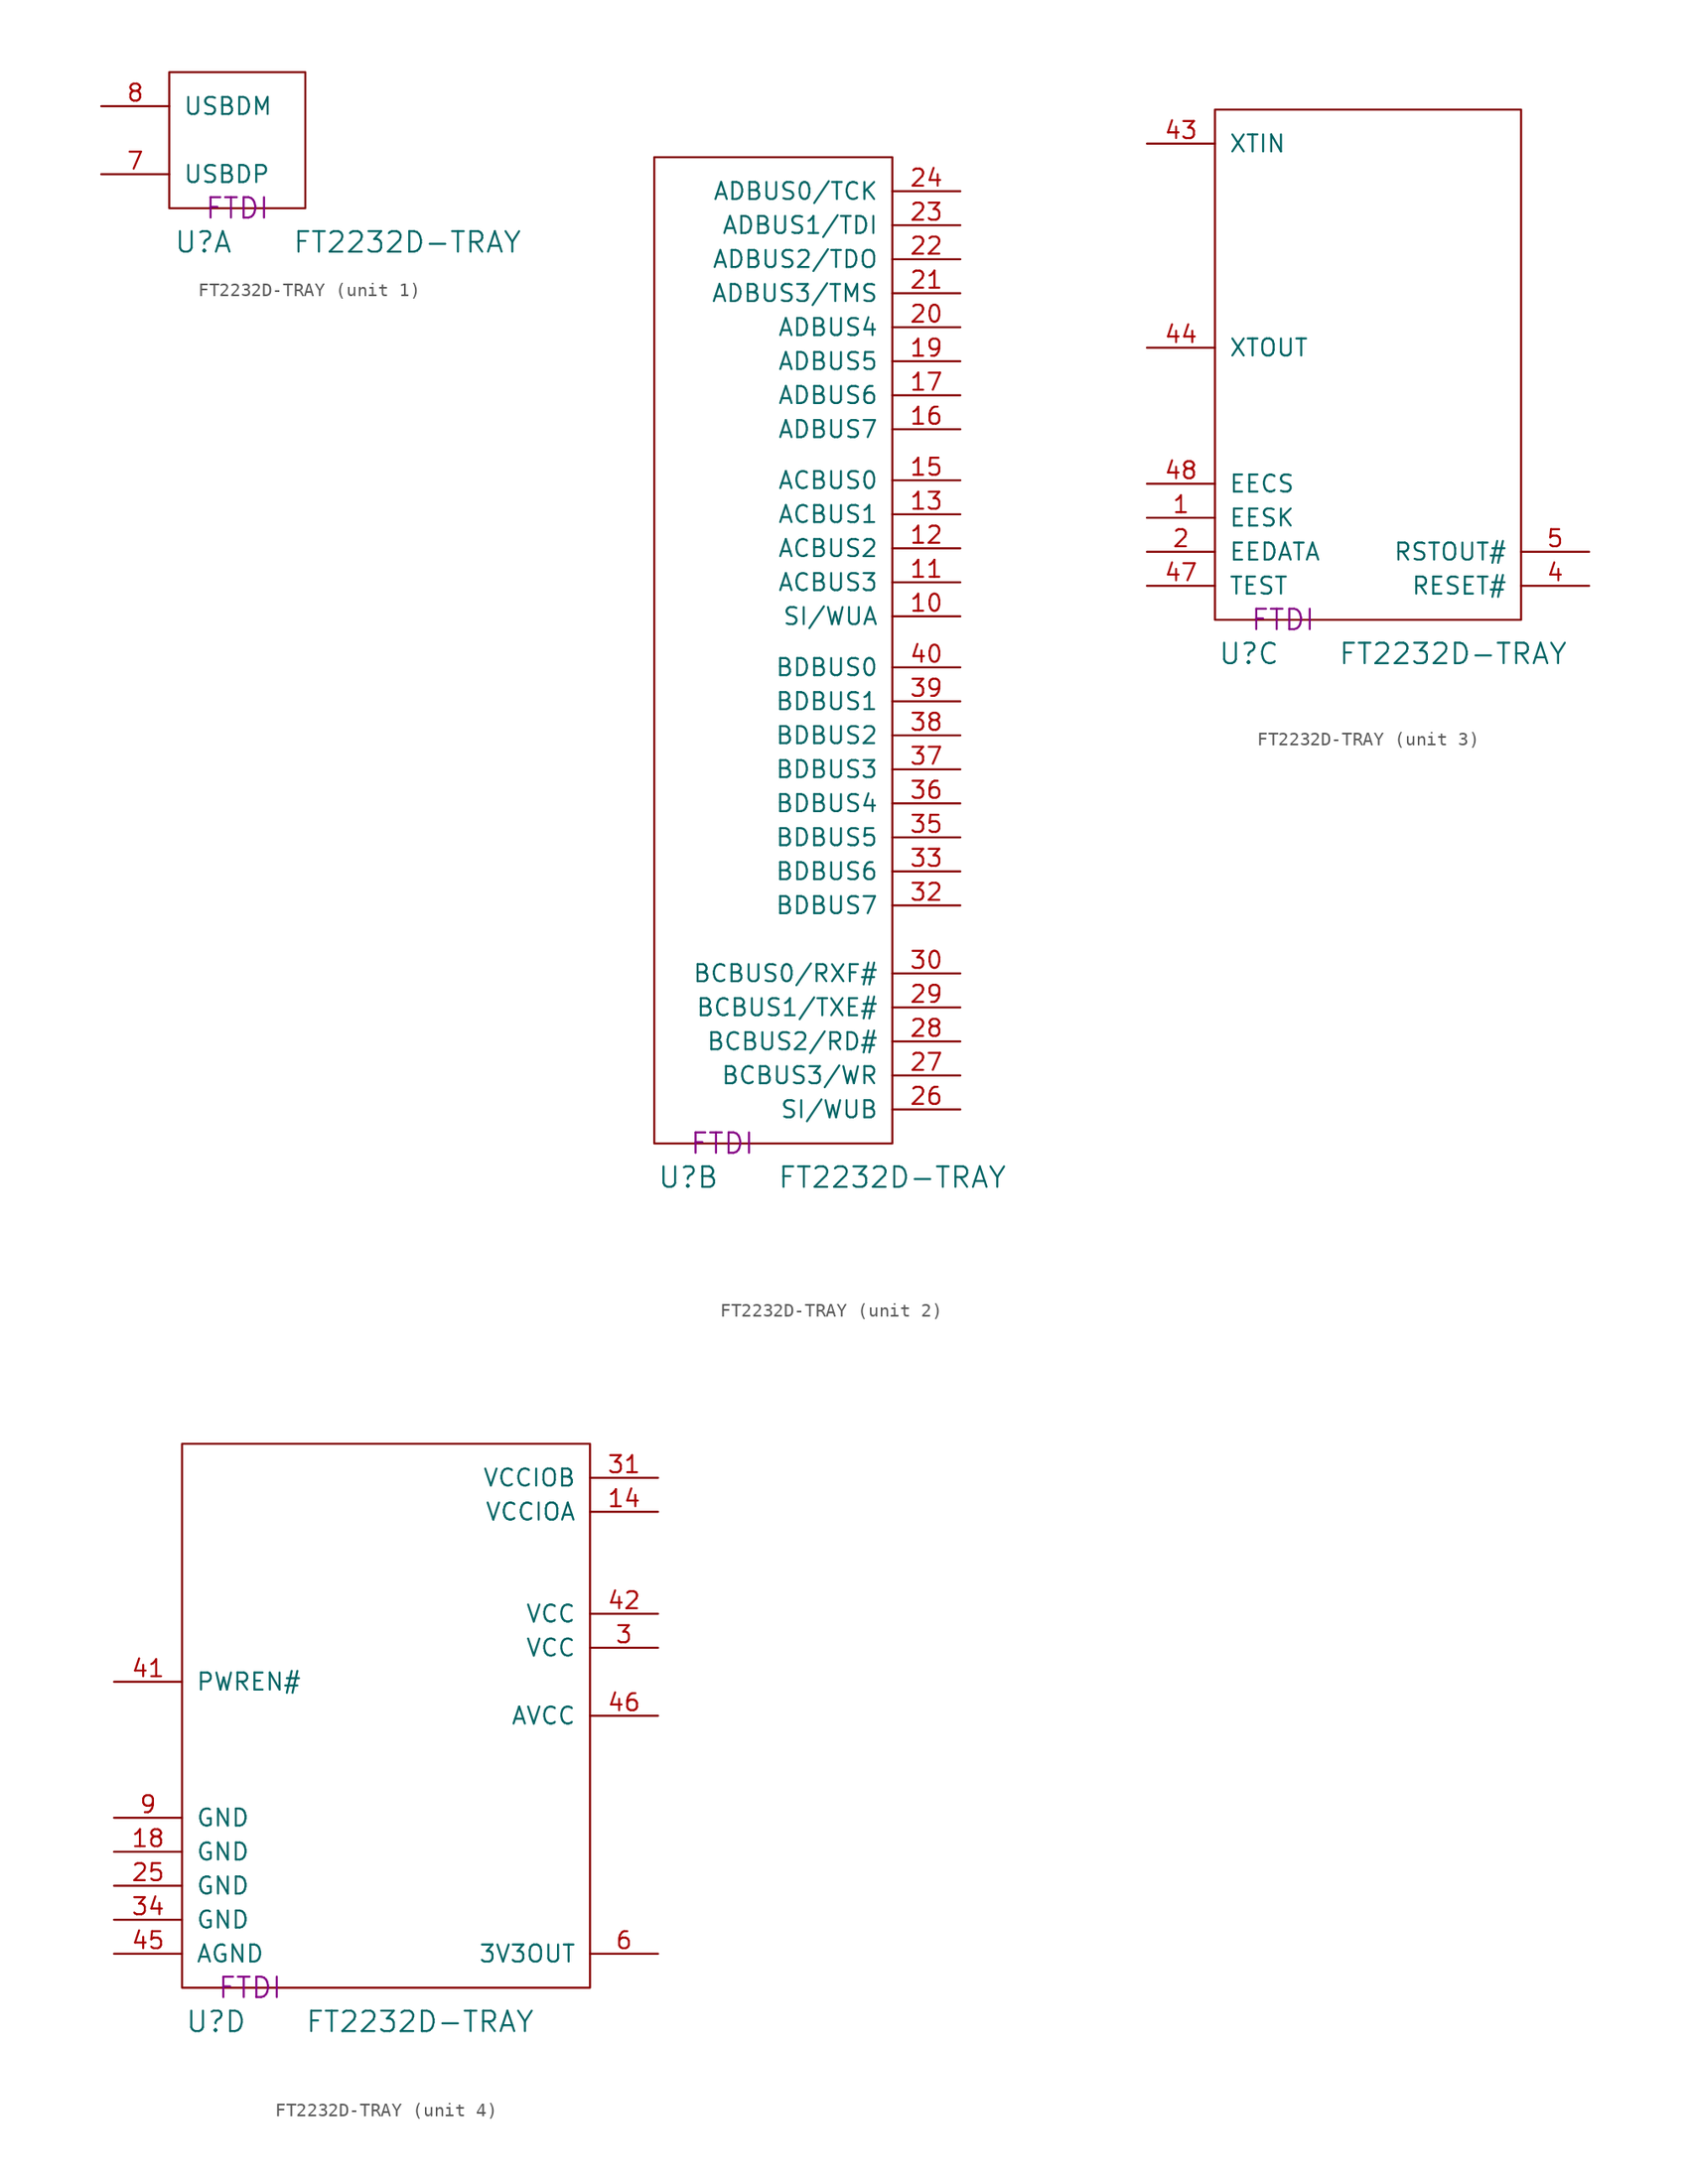
<source format=kicad_sym>
(kicad_symbol_lib
  (version 20220914)
  (generator kicad_symbol_editor)
  (symbol "FT2232D-TRAY"
    (pin_names
      (offset 1.016))
    (property "Reference" "U"
      (at 2.54 -2.54 0)
      (effects (font (size 1.524 1.524))))
    (property "Value" "FT2232D-TRAY"
      (at 17.78 -2.54 0)
      (effects (font (size 1.524 1.524))))
    (property "Manufacturer" "FTDI"
      (at 5.08 0 0)
      (effects (font (size 1.524 1.524))))
    (property "ki_locked" ""
      (at 0 0 0)
      (effects (font (size 1.27 1.27))))
    (symbol "FT2232D-TRAY_1_1"
      (rectangle (start 10.16 10.16) (end 0 0) (stroke (width 0) (type solid)) (fill (type none)))
      (pin bidirectional line (at -5.08 2.54 0) (length 5.08) (name "USBDP" (effects (font (size 1.27 1.27)))) (number "7" (effects (font (size 1.27 1.27)))))
      (pin bidirectional line (at -5.08 7.62 0) (length 5.08) (name "USBDM" (effects (font (size 1.27 1.27)))) (number "8" (effects (font (size 1.27 1.27))))))
    (symbol "FT2232D-TRAY_2_1"
      (rectangle (start 0 0) (end 17.78 73.66) (stroke (width 0) (type solid)) (fill (type none)))
      (pin bidirectional line (at 22.86 39.37 180) (length 5.08) (name "SI/WUA" (effects (font (size 1.27 1.27)))) (number "10" (effects (font (size 1.27 1.27)))))
      (pin bidirectional line (at 22.86 41.91 180) (length 5.08) (name "ACBUS3" (effects (font (size 1.27 1.27)))) (number "11" (effects (font (size 1.27 1.27)))))
      (pin bidirectional line (at 22.86 44.45 180) (length 5.08) (name "ACBUS2" (effects (font (size 1.27 1.27)))) (number "12" (effects (font (size 1.27 1.27)))))
      (pin bidirectional line (at 22.86 46.99 180) (length 5.08) (name "ACBUS1" (effects (font (size 1.27 1.27)))) (number "13" (effects (font (size 1.27 1.27)))))
      (pin bidirectional line (at 22.86 49.53 180) (length 5.08) (name "ACBUS0" (effects (font (size 1.27 1.27)))) (number "15" (effects (font (size 1.27 1.27)))))
      (pin bidirectional line (at 22.86 53.34 180) (length 5.08) (name "ADBUS7" (effects (font (size 1.27 1.27)))) (number "16" (effects (font (size 1.27 1.27)))))
      (pin bidirectional line (at 22.86 55.88 180) (length 5.08) (name "ADBUS6" (effects (font (size 1.27 1.27)))) (number "17" (effects (font (size 1.27 1.27)))))
      (pin bidirectional line (at 22.86 58.42 180) (length 5.08) (name "ADBUS5" (effects (font (size 1.27 1.27)))) (number "19" (effects (font (size 1.27 1.27)))))
      (pin bidirectional line (at 22.86 60.96 180) (length 5.08) (name "ADBUS4" (effects (font (size 1.27 1.27)))) (number "20" (effects (font (size 1.27 1.27)))))
      (pin bidirectional line (at 22.86 63.5 180) (length 5.08) (name "ADBUS3/TMS" (effects (font (size 1.27 1.27)))) (number "21" (effects (font (size 1.27 1.27)))))
      (pin bidirectional line (at 22.86 66.04 180) (length 5.08) (name "ADBUS2/TDO" (effects (font (size 1.27 1.27)))) (number "22" (effects (font (size 1.27 1.27)))))
      (pin bidirectional line (at 22.86 68.58 180) (length 5.08) (name "ADBUS1/TDI" (effects (font (size 1.27 1.27)))) (number "23" (effects (font (size 1.27 1.27)))))
      (pin bidirectional line (at 22.86 71.12 180) (length 5.08) (name "ADBUS0/TCK" (effects (font (size 1.27 1.27)))) (number "24" (effects (font (size 1.27 1.27)))))
      (pin bidirectional line (at 22.86 2.54 180) (length 5.08) (name "SI/WUB" (effects (font (size 1.27 1.27)))) (number "26" (effects (font (size 1.27 1.27)))))
      (pin bidirectional line (at 22.86 5.08 180) (length 5.08) (name "BCBUS3/WR" (effects (font (size 1.27 1.27)))) (number "27" (effects (font (size 1.27 1.27)))))
      (pin bidirectional line (at 22.86 7.62 180) (length 5.08) (name "BCBUS2/RD#" (effects (font (size 1.27 1.27)))) (number "28" (effects (font (size 1.27 1.27)))))
      (pin bidirectional line (at 22.86 10.16 180) (length 5.08) (name "BCBUS1/TXE#" (effects (font (size 1.27 1.27)))) (number "29" (effects (font (size 1.27 1.27)))))
      (pin bidirectional line (at 22.86 12.7 180) (length 5.08) (name "BCBUS0/RXF#" (effects (font (size 1.27 1.27)))) (number "30" (effects (font (size 1.27 1.27)))))
      (pin bidirectional line (at 22.86 17.78 180) (length 5.08) (name "BDBUS7" (effects (font (size 1.27 1.27)))) (number "32" (effects (font (size 1.27 1.27)))))
      (pin bidirectional line (at 22.86 20.32 180) (length 5.08) (name "BDBUS6" (effects (font (size 1.27 1.27)))) (number "33" (effects (font (size 1.27 1.27)))))
      (pin bidirectional line (at 22.86 22.86 180) (length 5.08) (name "BDBUS5" (effects (font (size 1.27 1.27)))) (number "35" (effects (font (size 1.27 1.27)))))
      (pin bidirectional line (at 22.86 25.4 180) (length 5.08) (name "BDBUS4" (effects (font (size 1.27 1.27)))) (number "36" (effects (font (size 1.27 1.27)))))
      (pin bidirectional line (at 22.86 27.94 180) (length 5.08) (name "BDBUS3" (effects (font (size 1.27 1.27)))) (number "37" (effects (font (size 1.27 1.27)))))
      (pin bidirectional line (at 22.86 30.48 180) (length 5.08) (name "BDBUS2" (effects (font (size 1.27 1.27)))) (number "38" (effects (font (size 1.27 1.27)))))
      (pin bidirectional line (at 22.86 33.02 180) (length 5.08) (name "BDBUS1" (effects (font (size 1.27 1.27)))) (number "39" (effects (font (size 1.27 1.27)))))
      (pin bidirectional line (at 22.86 35.56 180) (length 5.08) (name "BDBUS0" (effects (font (size 1.27 1.27)))) (number "40" (effects (font (size 1.27 1.27))))))
    (symbol "FT2232D-TRAY_3_1"
      (rectangle (start 0 0) (end 22.86 38.1) (stroke (width 0) (type solid)) (fill (type none)))
      (pin output line (at -5.08 7.62 0) (length 5.08) (name "EESK" (effects (font (size 1.27 1.27)))) (number "1" (effects (font (size 1.27 1.27)))))
      (pin bidirectional line (at -5.08 5.08 0) (length 5.08) (name "EEDATA" (effects (font (size 1.27 1.27)))) (number "2" (effects (font (size 1.27 1.27)))))
      (pin input line (at 27.94 2.54 180) (length 5.08) (name "RESET#" (effects (font (size 1.27 1.27)))) (number "4" (effects (font (size 1.27 1.27)))))
      (pin input line (at -5.08 35.56 0) (length 5.08) (name "XTIN" (effects (font (size 1.27 1.27)))) (number "43" (effects (font (size 1.27 1.27)))))
      (pin output line (at -5.08 20.32 0) (length 5.08) (name "XTOUT" (effects (font (size 1.27 1.27)))) (number "44" (effects (font (size 1.27 1.27)))))
      (pin input line (at -5.08 2.54 0) (length 5.08) (name "TEST" (effects (font (size 1.27 1.27)))) (number "47" (effects (font (size 1.27 1.27)))))
      (pin bidirectional line (at -5.08 10.16 0) (length 5.08) (name "EECS" (effects (font (size 1.27 1.27)))) (number "48" (effects (font (size 1.27 1.27)))))
      (pin output line (at 27.94 5.08 180) (length 5.08) (name "RSTOUT#" (effects (font (size 1.27 1.27)))) (number "5" (effects (font (size 1.27 1.27))))))
    (symbol "FT2232D-TRAY_4_1"
      (rectangle (start 0 0) (end 30.48 40.64) (stroke (width 0) (type solid)) (fill (type none)))
      (pin power_in line (at 35.56 35.56 180) (length 5.08) (name "VCCIOA" (effects (font (size 1.27 1.27)))) (number "14" (effects (font (size 1.27 1.27)))))
      (pin power_in line (at -5.08 10.16 0) (length 5.08) (name "GND" (effects (font (size 1.27 1.27)))) (number "18" (effects (font (size 1.27 1.27)))))
      (pin power_in line (at -5.08 7.62 0) (length 5.08) (name "GND" (effects (font (size 1.27 1.27)))) (number "25" (effects (font (size 1.27 1.27)))))
      (pin power_in line (at 35.56 25.4 180) (length 5.08) (name "VCC" (effects (font (size 1.27 1.27)))) (number "3" (effects (font (size 1.27 1.27)))))
      (pin power_in line (at 35.56 38.1 180) (length 5.08) (name "VCCIOB" (effects (font (size 1.27 1.27)))) (number "31" (effects (font (size 1.27 1.27)))))
      (pin power_in line (at -5.08 5.08 0) (length 5.08) (name "GND" (effects (font (size 1.27 1.27)))) (number "34" (effects (font (size 1.27 1.27)))))
      (pin output line (at -5.08 22.86 0) (length 5.08) (name "PWREN#" (effects (font (size 1.27 1.27)))) (number "41" (effects (font (size 1.27 1.27)))))
      (pin power_in line (at 35.56 27.94 180) (length 5.08) (name "VCC" (effects (font (size 1.27 1.27)))) (number "42" (effects (font (size 1.27 1.27)))))
      (pin power_in line (at -5.08 2.54 0) (length 5.08) (name "AGND" (effects (font (size 1.27 1.27)))) (number "45" (effects (font (size 1.27 1.27)))))
      (pin power_in line (at 35.56 20.32 180) (length 5.08) (name "AVCC" (effects (font (size 1.27 1.27)))) (number "46" (effects (font (size 1.27 1.27)))))
      (pin power_out line (at 35.56 2.54 180) (length 5.08) (name "3V3OUT" (effects (font (size 1.27 1.27)))) (number "6" (effects (font (size 1.27 1.27)))))
      (pin power_in line (at -5.08 12.7 0) (length 5.08) (name "GND" (effects (font (size 1.27 1.27)))) (number "9" (effects (font (size 1.27 1.27))))))))
</source>
